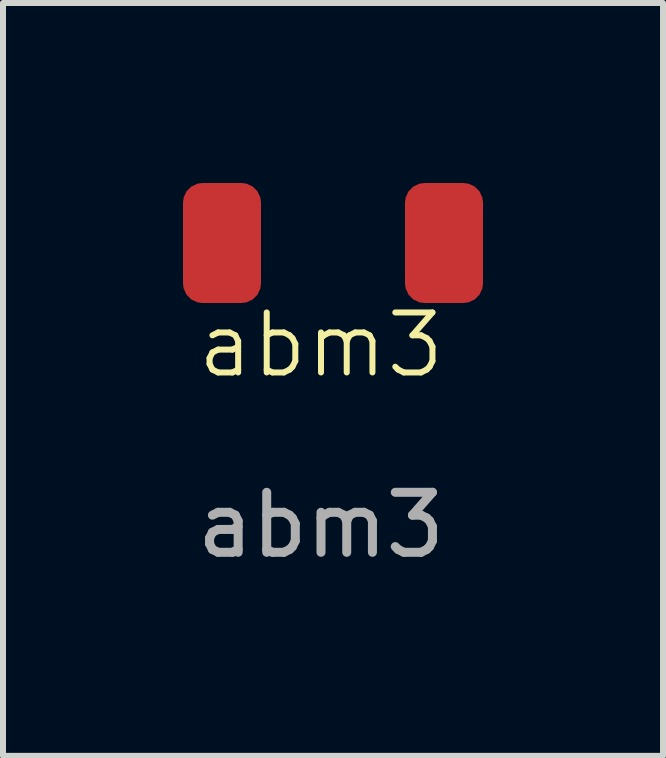
<source format=kicad_pcb>
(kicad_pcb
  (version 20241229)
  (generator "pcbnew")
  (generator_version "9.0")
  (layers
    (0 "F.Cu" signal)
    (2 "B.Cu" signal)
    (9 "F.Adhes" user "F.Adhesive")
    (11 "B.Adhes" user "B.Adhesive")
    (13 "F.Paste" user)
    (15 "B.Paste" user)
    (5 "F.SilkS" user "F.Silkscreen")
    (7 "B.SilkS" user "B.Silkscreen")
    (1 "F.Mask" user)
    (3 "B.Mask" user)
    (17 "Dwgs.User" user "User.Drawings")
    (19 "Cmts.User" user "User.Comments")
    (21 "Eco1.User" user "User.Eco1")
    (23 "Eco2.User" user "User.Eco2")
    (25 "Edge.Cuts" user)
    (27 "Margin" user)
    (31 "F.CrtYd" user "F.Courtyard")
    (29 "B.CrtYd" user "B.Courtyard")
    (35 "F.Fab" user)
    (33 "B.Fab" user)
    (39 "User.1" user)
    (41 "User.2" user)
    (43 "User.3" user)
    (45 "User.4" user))
  (footprint "abm3"
    (layer "F.Cu")
    (at 2.5 1)
    (property "Reference" "abm3" (at -0.2 1.7 0) (unlocked yes) (layer "F.SilkS") (effects (font (size 1 1) (thickness 0.1))))
    (attr smd)
    (fp_text user "${REFERENCE}" (at -0.2 4.7 0) (unlocked yes) (layer "F.Fab") (effects (font (size 1 1) (thickness 0.15))))
    (pad "1" smd roundrect (at -1.85 0) (size 1.3 2) (layers "F.Cu" "F.Mask" "F.Paste") (roundrect_rratio 0.25))
    (pad "2" smd roundrect (at 1.85 0) (size 1.3 2) (layers "F.Cu" "F.Mask" "F.Paste") (roundrect_rratio 0.25)))
  (gr_rect
    (start -3 -3)
    (end 8 9.548)
    (stroke (width 0.1) (type default))
    (fill no)
    (layer "Edge.Cuts")))
</source>
